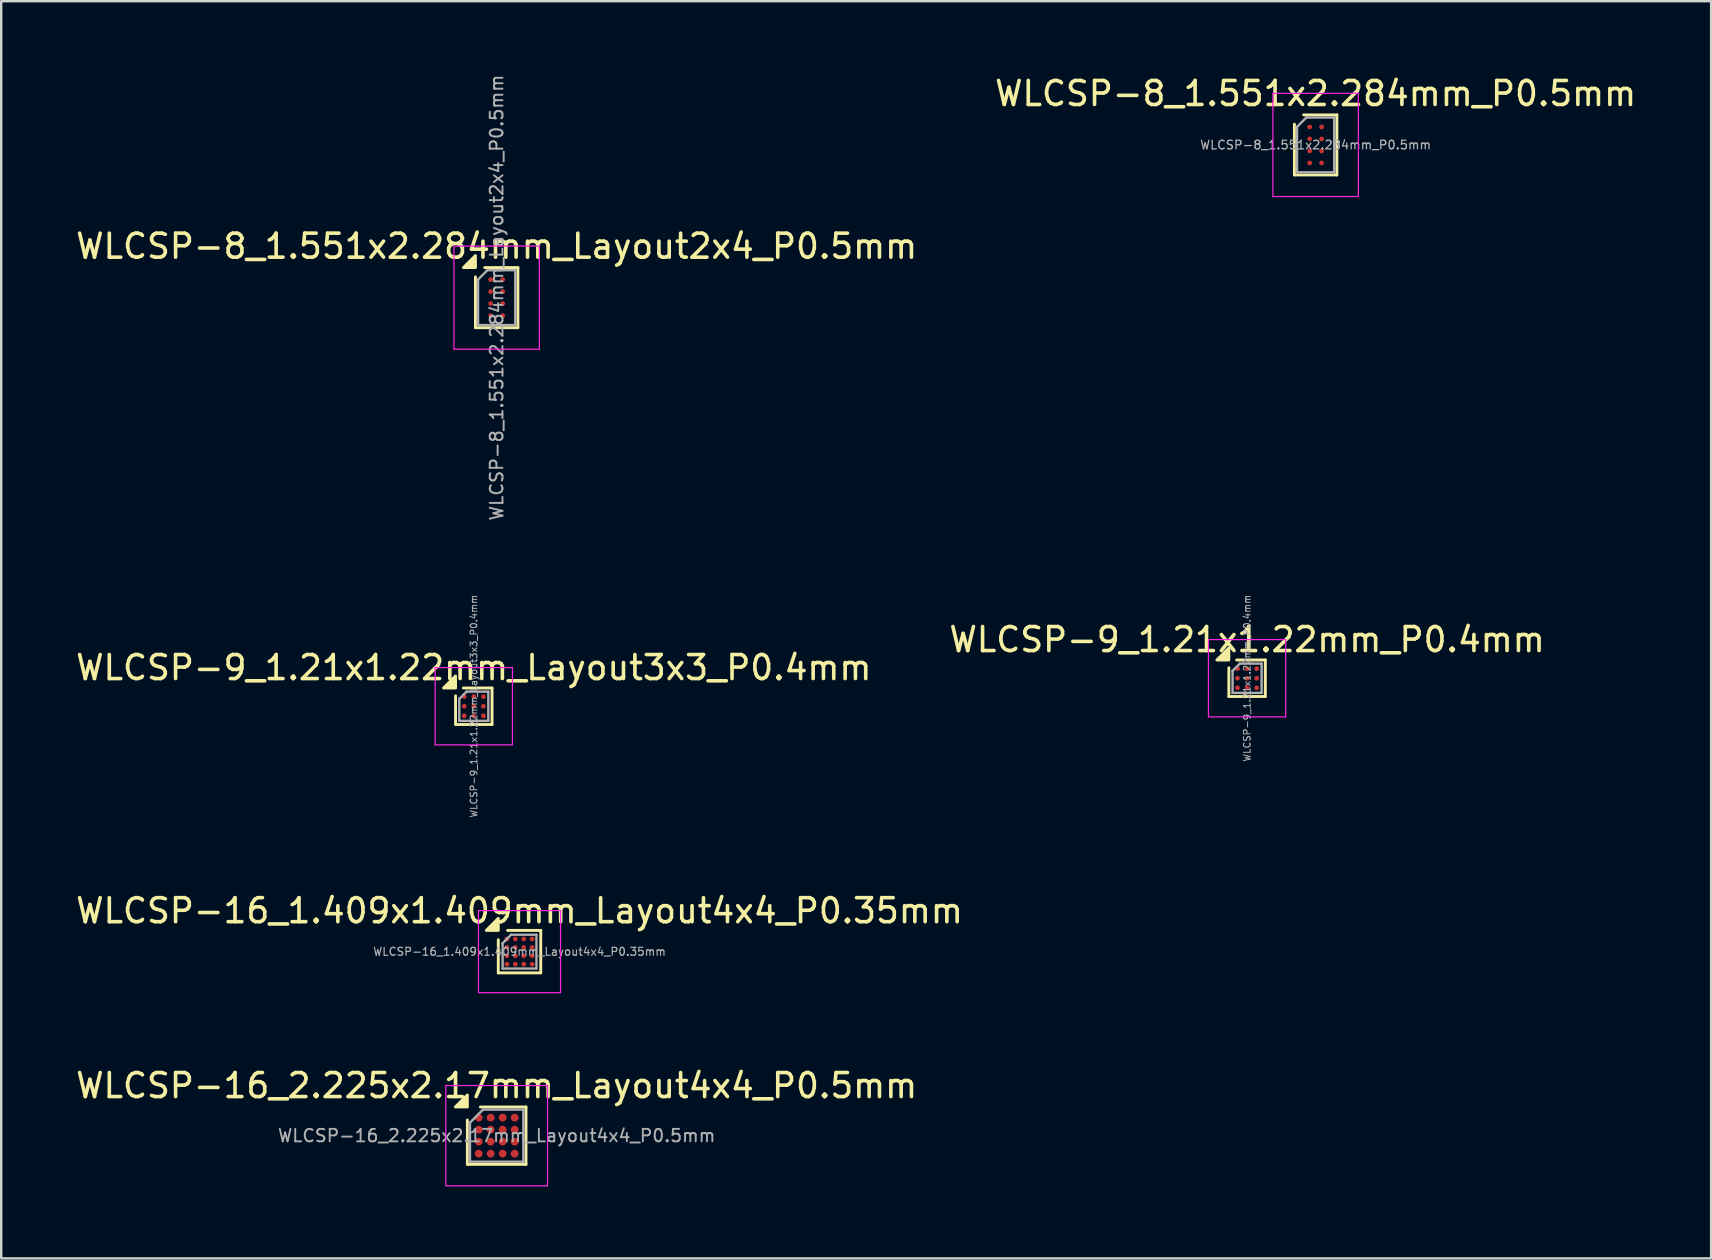
<source format=kicad_pcb>
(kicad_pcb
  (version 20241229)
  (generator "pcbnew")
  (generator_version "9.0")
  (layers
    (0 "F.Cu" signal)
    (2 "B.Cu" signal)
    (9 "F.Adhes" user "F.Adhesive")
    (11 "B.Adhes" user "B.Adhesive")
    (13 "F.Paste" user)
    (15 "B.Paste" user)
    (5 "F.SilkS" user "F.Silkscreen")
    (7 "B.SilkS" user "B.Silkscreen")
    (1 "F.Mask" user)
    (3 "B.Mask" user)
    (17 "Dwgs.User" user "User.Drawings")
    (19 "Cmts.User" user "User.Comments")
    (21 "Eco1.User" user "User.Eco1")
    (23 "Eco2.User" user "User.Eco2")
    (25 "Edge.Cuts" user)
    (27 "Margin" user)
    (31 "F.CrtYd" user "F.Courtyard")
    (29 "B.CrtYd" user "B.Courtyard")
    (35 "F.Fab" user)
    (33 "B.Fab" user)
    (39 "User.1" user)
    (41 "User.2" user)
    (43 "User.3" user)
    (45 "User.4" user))
  (footprint "WLCSP-16_2.225x2.17mm_Layout4x4_P0.5mm"
    (layer "F.Cu")
    (at 17.649 44.279)
    (property "Reference" "WLCSP-16_2.225x2.17mm_Layout4x4_P0.5mm" (at 0 -2.085 0) (layer "F.SilkS") (effects (font (size 1 1) (thickness 0.15))))
    (attr smd)
    (fp_line (start -1.222 1.195) (end -1.222 -0.652) (stroke (width 0.12) (type solid)) (layer "F.SilkS"))
    (fp_line (start -0.68 -1.195) (end 1.222 -1.195) (stroke (width 0.12) (type solid)) (layer "F.SilkS"))
    (fp_line (start 1.222 -1.195) (end 1.222 1.195) (stroke (width 0.12) (type solid)) (layer "F.SilkS"))
    (fp_line (start 1.222 1.195) (end -1.222 1.195) (stroke (width 0.12) (type solid)) (layer "F.SilkS"))
    (fp_poly (pts (xy -1.222 -1.195) (xy -1.722 -1.195) (xy -1.222 -1.695) (xy -1.222 -1.195)) (stroke (width 0.12) (type solid)) (fill yes) (layer "F.SilkS"))
    (fp_line (start -2.12 -2.09) (end -2.12 2.09) (stroke (width 0.05) (type solid)) (layer "F.CrtYd"))
    (fp_line (start -2.12 2.09) (end 2.12 2.09) (stroke (width 0.05) (type solid)) (layer "F.CrtYd"))
    (fp_line (start 2.12 -2.09) (end -2.12 -2.09) (stroke (width 0.05) (type solid)) (layer "F.CrtYd"))
    (fp_line (start 2.12 2.09) (end 2.12 -2.09) (stroke (width 0.05) (type solid)) (layer "F.CrtYd"))
    (fp_line (start -1.113 -0.542) (end -0.57 -1.085) (stroke (width 0.1) (type solid)) (layer "F.Fab"))
    (fp_line (start -1.113 1.085) (end -1.113 -0.542) (stroke (width 0.1) (type solid)) (layer "F.Fab"))
    (fp_line (start -0.57 -1.085) (end 1.113 -1.085) (stroke (width 0.1) (type solid)) (layer "F.Fab"))
    (fp_line (start 1.113 -1.085) (end 1.113 1.085) (stroke (width 0.1) (type solid)) (layer "F.Fab"))
    (fp_line (start 1.113 1.085) (end -1.113 1.085) (stroke (width 0.1) (type solid)) (layer "F.Fab"))
    (fp_text user "${REFERENCE}" (at 0 0 0) (layer "F.Fab") (effects (font (size 0.52 0.52) (thickness 0.078))))
    (pad "A1" smd circle (at -0.75 -0.75) (size 0.327 0.327) (property pad_prop_bga) (layers "F.Cu" "F.Mask" "F.Paste"))
    (pad "A2" smd circle (at -0.25 -0.75) (size 0.327 0.327) (property pad_prop_bga) (layers "F.Cu" "F.Mask" "F.Paste"))
    (pad "A3" smd circle (at 0.25 -0.75) (size 0.327 0.327) (property pad_prop_bga) (layers "F.Cu" "F.Mask" "F.Paste"))
    (pad "A4" smd circle (at 0.75 -0.75) (size 0.327 0.327) (property pad_prop_bga) (layers "F.Cu" "F.Mask" "F.Paste"))
    (pad "B1" smd circle (at -0.75 -0.25) (size 0.327 0.327) (property pad_prop_bga) (layers "F.Cu" "F.Mask" "F.Paste"))
    (pad "B2" smd circle (at -0.25 -0.25) (size 0.327 0.327) (property pad_prop_bga) (layers "F.Cu" "F.Mask" "F.Paste"))
    (pad "B3" smd circle (at 0.25 -0.25) (size 0.327 0.327) (property pad_prop_bga) (layers "F.Cu" "F.Mask" "F.Paste"))
    (pad "B4" smd circle (at 0.75 -0.25) (size 0.327 0.327) (property pad_prop_bga) (layers "F.Cu" "F.Mask" "F.Paste"))
    (pad "C1" smd circle (at -0.75 0.25) (size 0.327 0.327) (property pad_prop_bga) (layers "F.Cu" "F.Mask" "F.Paste"))
    (pad "C2" smd circle (at -0.25 0.25) (size 0.327 0.327) (property pad_prop_bga) (layers "F.Cu" "F.Mask" "F.Paste"))
    (pad "C3" smd circle (at 0.25 0.25) (size 0.327 0.327) (property pad_prop_bga) (layers "F.Cu" "F.Mask" "F.Paste"))
    (pad "C4" smd circle (at 0.75 0.25) (size 0.327 0.327) (property pad_prop_bga) (layers "F.Cu" "F.Mask" "F.Paste"))
    (pad "D1" smd circle (at -0.75 0.75) (size 0.327 0.327) (property pad_prop_bga) (layers "F.Cu" "F.Mask" "F.Paste"))
    (pad "D2" smd circle (at -0.25 0.75) (size 0.327 0.327) (property pad_prop_bga) (layers "F.Cu" "F.Mask" "F.Paste"))
    (pad "D3" smd circle (at 0.25 0.75) (size 0.327 0.327) (property pad_prop_bga) (layers "F.Cu" "F.Mask" "F.Paste"))
    (pad "D4" smd circle (at 0.75 0.75) (size 0.327 0.327) (property pad_prop_bga) (layers "F.Cu" "F.Mask" "F.Paste")))
  (footprint "WLCSP-9_1.21x1.22mm_P0.4mm"
    (layer "F.Cu")
    (at 48.923 25.216)
    (property "Reference" "WLCSP-9_1.21x1.22mm_P0.4mm" (at 0 -1.61 0) (layer "F.SilkS") (effects (font (size 1 1) (thickness 0.15))))
    (attr smd)
    (fp_line (start -0.76 0.76) (end -0.76 -0.435) (stroke (width 0.12) (type solid)) (layer "F.SilkS"))
    (fp_line (start -0.435 -0.76) (end 0.76 -0.76) (stroke (width 0.12) (type solid)) (layer "F.SilkS"))
    (fp_line (start 0.76 -0.76) (end 0.76 0.76) (stroke (width 0.12) (type solid)) (layer "F.SilkS"))
    (fp_line (start 0.76 0.76) (end -0.76 0.76) (stroke (width 0.12) (type solid)) (layer "F.SilkS"))
    (fp_poly (pts (xy -0.76 -0.76) (xy -1.26 -0.76) (xy -0.76 -1.26) (xy -0.76 -0.76)) (stroke (width 0.12) (type solid)) (fill yes) (layer "F.SilkS"))
    (fp_line (start -1.61 -1.61) (end -1.61 1.61) (stroke (width 0.05) (type solid)) (layer "F.CrtYd"))
    (fp_line (start -1.61 1.61) (end 1.61 1.61) (stroke (width 0.05) (type solid)) (layer "F.CrtYd"))
    (fp_line (start 1.61 -1.61) (end -1.61 -1.61) (stroke (width 0.05) (type solid)) (layer "F.CrtYd"))
    (fp_line (start 1.61 1.61) (end 1.61 -1.61) (stroke (width 0.05) (type solid)) (layer "F.CrtYd"))
    (fp_line (start -0.605 -0.307) (end -0.302 -0.61) (stroke (width 0.1) (type solid)) (layer "F.Fab"))
    (fp_line (start -0.605 0.61) (end -0.605 -0.307) (stroke (width 0.1) (type solid)) (layer "F.Fab"))
    (fp_line (start -0.302 -0.61) (end 0.605 -0.61) (stroke (width 0.1) (type solid)) (layer "F.Fab"))
    (fp_line (start 0.605 -0.61) (end 0.605 0.61) (stroke (width 0.1) (type solid)) (layer "F.Fab"))
    (fp_line (start 0.605 0.61) (end -0.605 0.61) (stroke (width 0.1) (type solid)) (layer "F.Fab"))
    (fp_text user "${REFERENCE}" (at 0 0 270) (layer "F.Fab") (effects (font (size 0.28 0.28) (thickness 0.042))))
    (pad "A1" smd circle (at -0.4 -0.4) (size 0.2 0.2) (property pad_prop_bga) (layers "F.Cu" "F.Mask" "F.Paste"))
    (pad "A2" smd circle (at 0 -0.4) (size 0.2 0.2) (property pad_prop_bga) (layers "F.Cu" "F.Mask" "F.Paste"))
    (pad "A3" smd circle (at 0.4 -0.4) (size 0.2 0.2) (property pad_prop_bga) (layers "F.Cu" "F.Mask" "F.Paste"))
    (pad "B1" smd circle (at -0.4 0) (size 0.2 0.2) (property pad_prop_bga) (layers "F.Cu" "F.Mask" "F.Paste"))
    (pad "B2" smd circle (at 0 0) (size 0.2 0.2) (property pad_prop_bga) (layers "F.Cu" "F.Mask" "F.Paste"))
    (pad "B3" smd circle (at 0.4 0) (size 0.2 0.2) (property pad_prop_bga) (layers "F.Cu" "F.Mask" "F.Paste"))
    (pad "C1" smd circle (at -0.4 0.4) (size 0.2 0.2) (property pad_prop_bga) (layers "F.Cu" "F.Mask" "F.Paste"))
    (pad "C2" smd circle (at 0 0.4) (size 0.2 0.2) (property pad_prop_bga) (layers "F.Cu" "F.Mask" "F.Paste"))
    (pad "C3" smd circle (at 0.4 0.4) (size 0.2 0.2) (property pad_prop_bga) (layers "F.Cu" "F.Mask" "F.Paste")))
  (footprint "WLCSP-16_1.409x1.409mm_Layout4x4_P0.35mm"
    (layer "F.Cu")
    (at 18.601 36.61)
    (property "Reference" "WLCSP-16_1.409x1.409mm_Layout4x4_P0.35mm" (at 0 -1.704 0) (layer "F.SilkS") (effects (font (size 1 1) (thickness 0.15))))
    (attr smd)
    (fp_line (start -0.885 0.885) (end -0.885 -0.497) (stroke (width 0.12) (type solid)) (layer "F.SilkS"))
    (fp_line (start -0.497 -0.885) (end 0.885 -0.885) (stroke (width 0.12) (type solid)) (layer "F.SilkS"))
    (fp_line (start 0.885 -0.885) (end 0.885 0.885) (stroke (width 0.12) (type solid)) (layer "F.SilkS"))
    (fp_line (start 0.885 0.885) (end -0.885 0.885) (stroke (width 0.12) (type solid)) (layer "F.SilkS"))
    (fp_poly (pts (xy -0.885 -0.885) (xy -1.385 -0.885) (xy -0.885 -1.385) (xy -0.885 -0.885)) (stroke (width 0.12) (type solid)) (fill yes) (layer "F.SilkS"))
    (fp_line (start -1.71 -1.71) (end -1.71 1.71) (stroke (width 0.05) (type solid)) (layer "F.CrtYd"))
    (fp_line (start -1.71 1.71) (end 1.71 1.71) (stroke (width 0.05) (type solid)) (layer "F.CrtYd"))
    (fp_line (start 1.71 -1.71) (end -1.71 -1.71) (stroke (width 0.05) (type solid)) (layer "F.CrtYd"))
    (fp_line (start 1.71 1.71) (end 1.71 -1.71) (stroke (width 0.05) (type solid)) (layer "F.CrtYd"))
    (fp_line (start -0.705 -0.352) (end -0.352 -0.705) (stroke (width 0.1) (type solid)) (layer "F.Fab"))
    (fp_line (start -0.705 0.705) (end -0.705 -0.352) (stroke (width 0.1) (type solid)) (layer "F.Fab"))
    (fp_line (start -0.352 -0.705) (end 0.705 -0.705) (stroke (width 0.1) (type solid)) (layer "F.Fab"))
    (fp_line (start 0.705 -0.705) (end 0.705 0.705) (stroke (width 0.1) (type solid)) (layer "F.Fab"))
    (fp_line (start 0.705 0.705) (end -0.705 0.705) (stroke (width 0.1) (type solid)) (layer "F.Fab"))
    (fp_text user "${REFERENCE}" (at 0 0 0) (layer "F.Fab") (effects (font (size 0.33 0.33) (thickness 0.05))))
    (pad "A1" smd circle (at -0.525 -0.525) (size 0.2 0.2) (property pad_prop_bga) (layers "F.Cu" "F.Mask" "F.Paste"))
    (pad "A2" smd circle (at -0.175 -0.525) (size 0.2 0.2) (property pad_prop_bga) (layers "F.Cu" "F.Mask" "F.Paste"))
    (pad "A3" smd circle (at 0.175 -0.525) (size 0.2 0.2) (property pad_prop_bga) (layers "F.Cu" "F.Mask" "F.Paste"))
    (pad "A4" smd circle (at 0.525 -0.525) (size 0.2 0.2) (property pad_prop_bga) (layers "F.Cu" "F.Mask" "F.Paste"))
    (pad "B1" smd circle (at -0.525 -0.175) (size 0.2 0.2) (property pad_prop_bga) (layers "F.Cu" "F.Mask" "F.Paste"))
    (pad "B2" smd circle (at -0.175 -0.175) (size 0.2 0.2) (property pad_prop_bga) (layers "F.Cu" "F.Mask" "F.Paste"))
    (pad "B3" smd circle (at 0.175 -0.175) (size 0.2 0.2) (property pad_prop_bga) (layers "F.Cu" "F.Mask" "F.Paste"))
    (pad "B4" smd circle (at 0.525 -0.175) (size 0.2 0.2) (property pad_prop_bga) (layers "F.Cu" "F.Mask" "F.Paste"))
    (pad "C1" smd circle (at -0.525 0.175) (size 0.2 0.2) (property pad_prop_bga) (layers "F.Cu" "F.Mask" "F.Paste"))
    (pad "C2" smd circle (at -0.175 0.175) (size 0.2 0.2) (property pad_prop_bga) (layers "F.Cu" "F.Mask" "F.Paste"))
    (pad "C3" smd circle (at 0.175 0.175) (size 0.2 0.2) (property pad_prop_bga) (layers "F.Cu" "F.Mask" "F.Paste"))
    (pad "C4" smd circle (at 0.525 0.175) (size 0.2 0.2) (property pad_prop_bga) (layers "F.Cu" "F.Mask" "F.Paste"))
    (pad "D1" smd circle (at -0.525 0.525) (size 0.2 0.2) (property pad_prop_bga) (layers "F.Cu" "F.Mask" "F.Paste"))
    (pad "D2" smd circle (at -0.175 0.525) (size 0.2 0.2) (property pad_prop_bga) (layers "F.Cu" "F.Mask" "F.Paste"))
    (pad "D3" smd circle (at 0.175 0.525) (size 0.2 0.2) (property pad_prop_bga) (layers "F.Cu" "F.Mask" "F.Paste"))
    (pad "D4" smd circle (at 0.525 0.525) (size 0.2 0.2) (property pad_prop_bga) (layers "F.Cu" "F.Mask" "F.Paste")))
  (footprint "WLCSP-8_1.551x2.284mm_Layout2x4_P0.5mm"
    (layer "F.Cu")
    (at 17.649 9.354)
    (property "Reference" "WLCSP-8_1.551x2.284mm_Layout2x4_P0.5mm" (at 0 -2.142 0) (layer "F.SilkS") (effects (font (size 1 1) (thickness 0.15))))
    (attr smd)
    (fp_line (start -0.885 1.252) (end -0.885 -0.864) (stroke (width 0.12) (type solid)) (layer "F.SilkS"))
    (fp_line (start -0.498 -1.252) (end 0.885 -1.252) (stroke (width 0.12) (type solid)) (layer "F.SilkS"))
    (fp_line (start 0.885 -1.252) (end 0.885 1.252) (stroke (width 0.12) (type solid)) (layer "F.SilkS"))
    (fp_line (start 0.885 1.252) (end -0.885 1.252) (stroke (width 0.12) (type solid)) (layer "F.SilkS"))
    (fp_poly (pts (xy -0.885 -1.252) (xy -1.385 -1.252) (xy -0.885 -1.752) (xy -0.885 -1.252)) (stroke (width 0.12) (type solid)) (fill yes) (layer "F.SilkS"))
    (fp_line (start -1.78 -2.15) (end -1.78 2.15) (stroke (width 0.05) (type solid)) (layer "F.CrtYd"))
    (fp_line (start -1.78 2.15) (end 1.78 2.15) (stroke (width 0.05) (type solid)) (layer "F.CrtYd"))
    (fp_line (start 1.78 -2.15) (end -1.78 -2.15) (stroke (width 0.05) (type solid)) (layer "F.CrtYd"))
    (fp_line (start 1.78 2.15) (end 1.78 -2.15) (stroke (width 0.05) (type solid)) (layer "F.CrtYd"))
    (fp_line (start -0.775 -0.754) (end -0.388 -1.142) (stroke (width 0.1) (type solid)) (layer "F.Fab"))
    (fp_line (start -0.775 1.142) (end -0.775 -0.754) (stroke (width 0.1) (type solid)) (layer "F.Fab"))
    (fp_line (start -0.388 -1.142) (end 0.775 -1.142) (stroke (width 0.1) (type solid)) (layer "F.Fab"))
    (fp_line (start 0.775 -1.142) (end 0.775 1.142) (stroke (width 0.1) (type solid)) (layer "F.Fab"))
    (fp_line (start 0.775 1.142) (end -0.775 1.142) (stroke (width 0.1) (type solid)) (layer "F.Fab"))
    (fp_text user "${REFERENCE}" (at 0 0 270) (layer "F.Fab") (effects (font (size 0.53 0.53) (thickness 0.08))))
    (pad "A1" smd circle (at -0.25 -0.75) (size 0.2 0.2) (property pad_prop_bga) (layers "F.Cu" "F.Mask" "F.Paste"))
    (pad "A2" smd circle (at 0.25 -0.75) (size 0.2 0.2) (property pad_prop_bga) (layers "F.Cu" "F.Mask" "F.Paste"))
    (pad "B1" smd circle (at -0.25 -0.25) (size 0.2 0.2) (property pad_prop_bga) (layers "F.Cu" "F.Mask" "F.Paste"))
    (pad "B2" smd circle (at 0.25 -0.25) (size 0.2 0.2) (property pad_prop_bga) (layers "F.Cu" "F.Mask" "F.Paste"))
    (pad "C1" smd circle (at -0.25 0.25) (size 0.2 0.2) (property pad_prop_bga) (layers "F.Cu" "F.Mask" "F.Paste"))
    (pad "C2" smd circle (at 0.25 0.25) (size 0.2 0.2) (property pad_prop_bga) (layers "F.Cu" "F.Mask" "F.Paste"))
    (pad "D1" smd circle (at -0.25 0.75) (size 0.2 0.2) (property pad_prop_bga) (layers "F.Cu" "F.Mask" "F.Paste"))
    (pad "D2" smd circle (at 0.25 0.75) (size 0.2 0.2) (property pad_prop_bga) (layers "F.Cu" "F.Mask" "F.Paste")))
  (footprint "WLCSP-8_1.551x2.284mm_P0.5mm"
    (layer "F.Cu")
    (at 51.78 2.99)
    (property "Reference" "WLCSP-8_1.551x2.284mm_P0.5mm" (at 0 -2.142 0) (layer "F.SilkS") (effects (font (size 1 1) (thickness 0.15))))
    (attr smd)
    (fp_line (start -0.885 1.252) (end -0.885 -0.864) (stroke (width 0.12) (type solid)) (layer "F.SilkS"))
    (fp_line (start -0.498 -1.252) (end 0.885 -1.252) (stroke (width 0.12) (type solid)) (layer "F.SilkS"))
    (fp_line (start 0.885 -1.252) (end 0.885 1.252) (stroke (width 0.12) (type solid)) (layer "F.SilkS"))
    (fp_line (start 0.885 1.252) (end -0.885 1.252) (stroke (width 0.12) (type solid)) (layer "F.SilkS"))
    (fp_line (start -1.78 -2.15) (end -1.78 2.15) (stroke (width 0.05) (type solid)) (layer "F.CrtYd"))
    (fp_line (start -1.78 2.15) (end 1.78 2.15) (stroke (width 0.05) (type solid)) (layer "F.CrtYd"))
    (fp_line (start 1.78 -2.15) (end -1.78 -2.15) (stroke (width 0.05) (type solid)) (layer "F.CrtYd"))
    (fp_line (start 1.78 2.15) (end 1.78 -2.15) (stroke (width 0.05) (type solid)) (layer "F.CrtYd"))
    (fp_line (start -0.775 -0.754) (end -0.388 -1.142) (stroke (width 0.1) (type solid)) (layer "F.Fab"))
    (fp_line (start -0.775 1.142) (end -0.775 -0.754) (stroke (width 0.1) (type solid)) (layer "F.Fab"))
    (fp_line (start -0.388 -1.142) (end 0.775 -1.142) (stroke (width 0.1) (type solid)) (layer "F.Fab"))
    (fp_line (start 0.775 -1.142) (end 0.775 1.142) (stroke (width 0.1) (type solid)) (layer "F.Fab"))
    (fp_line (start 0.775 1.142) (end -0.775 1.142) (stroke (width 0.1) (type solid)) (layer "F.Fab"))
    (fp_text user "${REFERENCE}" (at 0 0 0) (layer "F.Fab") (effects (font (size 0.36 0.36) (thickness 0.054))))
    (pad "A1" smd circle (at -0.25 -0.75) (size 0.2 0.2) (layers "F.Cu" "F.Mask" "F.Paste"))
    (pad "A2" smd circle (at 0.25 -0.75) (size 0.2 0.2) (layers "F.Cu" "F.Mask" "F.Paste"))
    (pad "B1" smd circle (at -0.25 -0.25) (size 0.2 0.2) (layers "F.Cu" "F.Mask" "F.Paste"))
    (pad "B2" smd circle (at 0.25 -0.25) (size 0.2 0.2) (layers "F.Cu" "F.Mask" "F.Paste"))
    (pad "C1" smd circle (at -0.25 0.25) (size 0.2 0.2) (layers "F.Cu" "F.Mask" "F.Paste"))
    (pad "C2" smd circle (at 0.25 0.25) (size 0.2 0.2) (layers "F.Cu" "F.Mask" "F.Paste"))
    (pad "D1" smd circle (at -0.25 0.75) (size 0.2 0.2) (layers "F.Cu" "F.Mask" "F.Paste"))
    (pad "D2" smd circle (at 0.25 0.75) (size 0.2 0.2) (layers "F.Cu" "F.Mask" "F.Paste")))
  (footprint "WLCSP-9_1.21x1.22mm_Layout3x3_P0.4mm"
    (layer "F.Cu")
    (at 16.696 26.383)
    (property "Reference" "WLCSP-9_1.21x1.22mm_Layout3x3_P0.4mm" (at 0 -1.61 0) (layer "F.SilkS") (effects (font (size 1 1) (thickness 0.15))))
    (attr smd)
    (fp_line (start -0.76 0.76) (end -0.76 -0.435) (stroke (width 0.12) (type solid)) (layer "F.SilkS"))
    (fp_line (start -0.435 -0.76) (end 0.76 -0.76) (stroke (width 0.12) (type solid)) (layer "F.SilkS"))
    (fp_line (start 0.76 -0.76) (end 0.76 0.76) (stroke (width 0.12) (type solid)) (layer "F.SilkS"))
    (fp_line (start 0.76 0.76) (end -0.76 0.76) (stroke (width 0.12) (type solid)) (layer "F.SilkS"))
    (fp_poly (pts (xy -0.76 -0.76) (xy -1.26 -0.76) (xy -0.76 -1.26) (xy -0.76 -0.76)) (stroke (width 0.12) (type solid)) (fill yes) (layer "F.SilkS"))
    (fp_line (start -1.61 -1.61) (end -1.61 1.61) (stroke (width 0.05) (type solid)) (layer "F.CrtYd"))
    (fp_line (start -1.61 1.61) (end 1.61 1.61) (stroke (width 0.05) (type solid)) (layer "F.CrtYd"))
    (fp_line (start 1.61 -1.61) (end -1.61 -1.61) (stroke (width 0.05) (type solid)) (layer "F.CrtYd"))
    (fp_line (start 1.61 1.61) (end 1.61 -1.61) (stroke (width 0.05) (type solid)) (layer "F.CrtYd"))
    (fp_line (start -0.605 -0.307) (end -0.302 -0.61) (stroke (width 0.1) (type solid)) (layer "F.Fab"))
    (fp_line (start -0.605 0.61) (end -0.605 -0.307) (stroke (width 0.1) (type solid)) (layer "F.Fab"))
    (fp_line (start -0.302 -0.61) (end 0.605 -0.61) (stroke (width 0.1) (type solid)) (layer "F.Fab"))
    (fp_line (start 0.605 -0.61) (end 0.605 0.61) (stroke (width 0.1) (type solid)) (layer "F.Fab"))
    (fp_line (start 0.605 0.61) (end -0.605 0.61) (stroke (width 0.1) (type solid)) (layer "F.Fab"))
    (fp_text user "${REFERENCE}" (at 0 0 270) (layer "F.Fab") (effects (font (size 0.28 0.28) (thickness 0.042))))
    (pad "A1" smd circle (at -0.4 -0.4) (size 0.2 0.2) (property pad_prop_bga) (layers "F.Cu" "F.Mask" "F.Paste"))
    (pad "A2" smd circle (at 0 -0.4) (size 0.2 0.2) (property pad_prop_bga) (layers "F.Cu" "F.Mask" "F.Paste"))
    (pad "A3" smd circle (at 0.4 -0.4) (size 0.2 0.2) (property pad_prop_bga) (layers "F.Cu" "F.Mask" "F.Paste"))
    (pad "B1" smd circle (at -0.4 0) (size 0.2 0.2) (property pad_prop_bga) (layers "F.Cu" "F.Mask" "F.Paste"))
    (pad "B2" smd circle (at 0 0) (size 0.2 0.2) (property pad_prop_bga) (layers "F.Cu" "F.Mask" "F.Paste"))
    (pad "B3" smd circle (at 0.4 0) (size 0.2 0.2) (property pad_prop_bga) (layers "F.Cu" "F.Mask" "F.Paste"))
    (pad "C1" smd circle (at -0.4 0.4) (size 0.2 0.2) (property pad_prop_bga) (layers "F.Cu" "F.Mask" "F.Paste"))
    (pad "C2" smd circle (at 0 0.4) (size 0.2 0.2) (property pad_prop_bga) (layers "F.Cu" "F.Mask" "F.Paste"))
    (pad "C3" smd circle (at 0.4 0.4) (size 0.2 0.2) (property pad_prop_bga) (layers "F.Cu" "F.Mask" "F.Paste")))
  (gr_rect
    (start -3 -3)
    (end 68.262 49.394)
    (stroke (width 0.1) (type default))
    (fill no)
    (layer "Edge.Cuts")))
</source>
